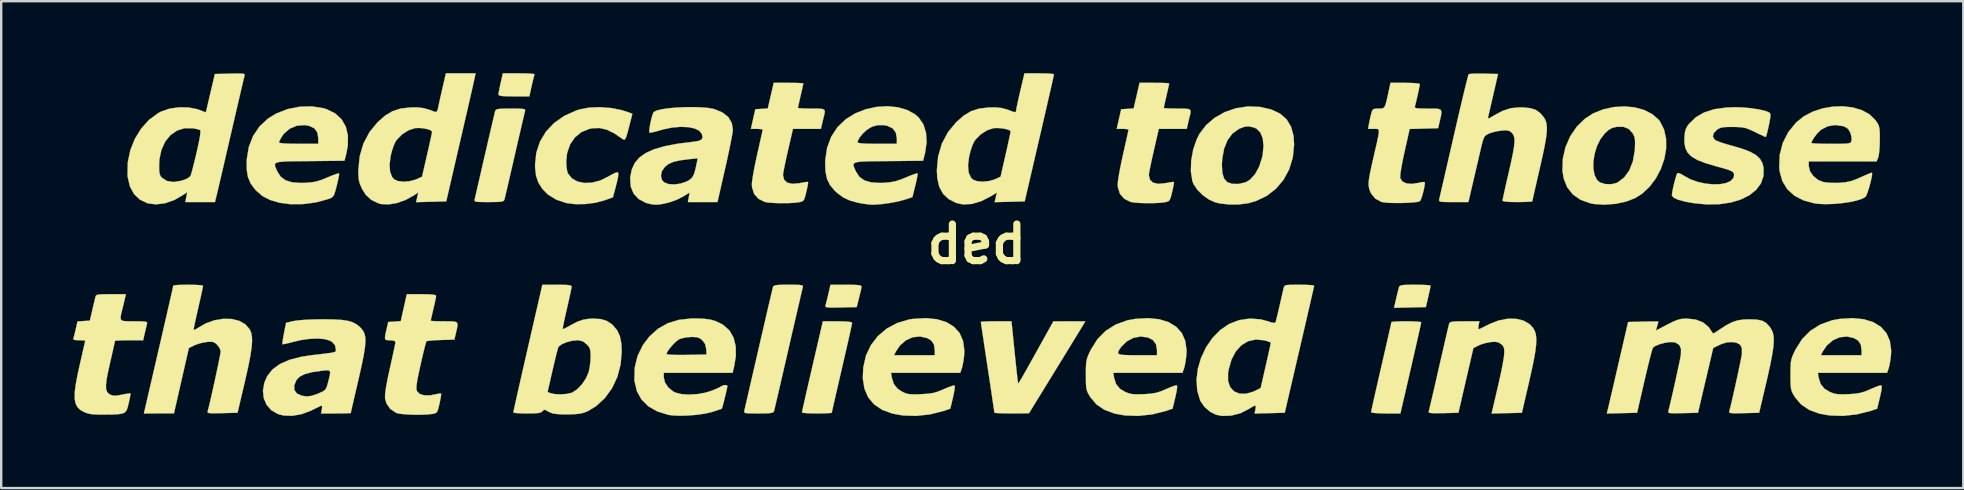
<source format=kicad_pcb>
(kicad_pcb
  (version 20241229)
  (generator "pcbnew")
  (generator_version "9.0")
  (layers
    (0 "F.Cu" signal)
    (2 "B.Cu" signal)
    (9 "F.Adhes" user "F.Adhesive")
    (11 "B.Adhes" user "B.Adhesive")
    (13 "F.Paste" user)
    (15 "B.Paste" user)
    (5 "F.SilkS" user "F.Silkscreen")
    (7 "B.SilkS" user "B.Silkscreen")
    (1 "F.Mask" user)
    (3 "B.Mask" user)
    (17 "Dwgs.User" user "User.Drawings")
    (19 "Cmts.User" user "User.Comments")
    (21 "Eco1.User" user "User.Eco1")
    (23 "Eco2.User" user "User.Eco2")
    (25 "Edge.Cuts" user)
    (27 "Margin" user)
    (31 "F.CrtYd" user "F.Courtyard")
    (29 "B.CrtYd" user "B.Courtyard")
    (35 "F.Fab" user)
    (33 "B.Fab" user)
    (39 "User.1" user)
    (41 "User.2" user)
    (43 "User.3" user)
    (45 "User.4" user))
  (footprint "ded"
    (layer "F.Cu")
    (at 37.639 7.117)
    (property "Reference" "ded" (at 0 0 0) (layer "F.SilkS") (effects (font (size 1.524 1.524) (thickness 0.3))))
    (attr through_hole)
    (fp_poly (pts (xy -18.811 -7.109) (xy -18.603 -7.1) (xy -18.465 -7.086) (xy -18.419 -7.07) (xy -18.419 -7.07) (xy -18.443 -6.998) (xy -18.482 -6.845) (xy -18.53 -6.642) (xy -18.541 -6.59) (xy -18.638 -6.152) (xy -19.281 -6.152) (xy -19.57 -6.155) (xy -19.762 -6.165) (xy -19.873 -6.183) (xy -19.92 -6.213) (xy -19.925 -6.23) (xy -19.913 -6.321) (xy -19.882 -6.487) (xy -19.838 -6.694) (xy -19.834 -6.71) (xy -19.743 -7.112) (xy -19.069 -7.112) (xy -18.811 -7.109)) (stroke (width 0.01) (type solid)) (fill yes) (layer "F.SilkS"))
    (fp_poly (pts (xy 18.518 1.697) (xy 18.725 1.706) (xy 18.862 1.72) (xy 18.907 1.736) (xy 18.893 1.807) (xy 18.861 1.959) (xy 18.815 2.16) (xy 18.806 2.201) (xy 18.707 2.625) (xy 18.045 2.641) (xy 17.382 2.656) (xy 17.417 2.499) (xy 17.471 2.266) (xy 17.526 2.039) (xy 17.571 1.858) (xy 17.59 1.792) (xy 17.614 1.749) (xy 17.672 1.721) (xy 17.783 1.704) (xy 17.966 1.696) (xy 18.241 1.693) (xy 18.264 1.693) (xy 18.518 1.697)) (stroke (width 0.01) (type solid)) (fill yes) (layer "F.SilkS"))
    (fp_poly (pts (xy -5.147 1.697) (xy -4.949 1.708) (xy -4.837 1.729) (xy -4.799 1.76) (xy -4.799 1.764) (xy -4.813 1.851) (xy -4.848 2.013) (xy -4.898 2.216) (xy -4.901 2.23) (xy -5.002 2.625) (xy -5.666 2.641) (xy -5.949 2.646) (xy -6.136 2.645) (xy -6.246 2.635) (xy -6.297 2.614) (xy -6.306 2.579) (xy -6.301 2.556) (xy -6.265 2.419) (xy -6.214 2.212) (xy -6.158 1.977) (xy -6.129 1.849) (xy -6.094 1.693) (xy -5.446 1.693) (xy -5.147 1.697)) (stroke (width 0.01) (type solid)) (fill yes) (layer "F.SilkS"))
    (fp_poly (pts (xy -5.495 3.223) (xy -5.297 3.239) (xy -5.202 3.266) (xy -5.193 3.281) (xy -5.205 3.35) (xy -5.24 3.515) (xy -5.295 3.763) (xy -5.366 4.081) (xy -5.452 4.455) (xy -5.548 4.873) (xy -5.616 5.17) (xy -5.717 5.607) (xy -5.81 6.009) (xy -5.891 6.361) (xy -5.957 6.652) (xy -6.006 6.868) (xy -6.034 6.996) (xy -6.04 7.026) (xy -6.092 7.038) (xy -6.235 7.047) (xy -6.445 7.054) (xy -6.66 7.056) (xy -6.91 7.052) (xy -7.112 7.042) (xy -7.243 7.028) (xy -7.282 7.013) (xy -7.269 6.95) (xy -7.235 6.79) (xy -7.18 6.546) (xy -7.109 6.231) (xy -7.023 5.858) (xy -6.927 5.44) (xy -6.847 5.094) (xy -6.412 3.217) (xy -5.803 3.217) (xy -5.495 3.223)) (stroke (width 0.01) (type solid)) (fill yes) (layer "F.SilkS"))
    (fp_poly (pts (xy 18.142 3.221) (xy 18.344 3.231) (xy 18.475 3.245) (xy 18.514 3.26) (xy 18.502 3.323) (xy 18.467 3.483) (xy 18.412 3.727) (xy 18.341 4.042) (xy 18.256 4.415) (xy 18.16 4.834) (xy 18.081 5.179) (xy 17.647 7.056) (xy 17.036 7.056) (xy 16.789 7.051) (xy 16.59 7.039) (xy 16.461 7.021) (xy 16.425 7.004) (xy 16.438 6.938) (xy 16.472 6.776) (xy 16.527 6.53) (xy 16.598 6.214) (xy 16.683 5.841) (xy 16.778 5.424) (xy 16.849 5.118) (xy 16.95 4.679) (xy 17.042 4.276) (xy 17.123 3.922) (xy 17.189 3.63) (xy 17.238 3.412) (xy 17.266 3.282) (xy 17.272 3.25) (xy 17.325 3.237) (xy 17.467 3.226) (xy 17.677 3.219) (xy 17.893 3.217) (xy 18.142 3.221)) (stroke (width 0.01) (type solid)) (fill yes) (layer "F.SilkS"))
    (fp_poly (pts (xy -19.138 -5.643) (xy -18.961 -5.636) (xy -18.86 -5.622) (xy -18.817 -5.596) (xy -18.814 -5.556) (xy -18.817 -5.546) (xy -18.836 -5.468) (xy -18.877 -5.294) (xy -18.937 -5.039) (xy -19.012 -4.715) (xy -19.1 -4.338) (xy -19.196 -3.921) (xy -19.247 -3.697) (xy -19.346 -3.265) (xy -19.439 -2.866) (xy -19.52 -2.513) (xy -19.588 -2.221) (xy -19.64 -2.004) (xy -19.671 -1.875) (xy -19.678 -1.849) (xy -19.703 -1.805) (xy -19.763 -1.776) (xy -19.877 -1.759) (xy -20.064 -1.752) (xy -20.325 -1.75) (xy -20.595 -1.751) (xy -20.771 -1.756) (xy -20.872 -1.769) (xy -20.915 -1.795) (xy -20.921 -1.837) (xy -20.913 -1.877) (xy -20.893 -1.962) (xy -20.851 -2.143) (xy -20.791 -2.404) (xy -20.715 -2.732) (xy -20.628 -3.113) (xy -20.532 -3.531) (xy -20.487 -3.725) (xy -20.388 -4.154) (xy -20.296 -4.549) (xy -20.215 -4.898) (xy -20.147 -5.186) (xy -20.097 -5.399) (xy -20.067 -5.523) (xy -20.061 -5.546) (xy -20.034 -5.589) (xy -19.974 -5.618) (xy -19.86 -5.635) (xy -19.672 -5.643) (xy -19.409 -5.644) (xy -19.138 -5.643)) (stroke (width 0.01) (type solid)) (fill yes) (layer "F.SilkS"))
    (fp_poly (pts (xy 1.576 4.501) (xy 1.614 4.869) (xy 1.649 5.197) (xy 1.679 5.47) (xy 1.703 5.671) (xy 1.718 5.784) (xy 1.722 5.804) (xy 1.734 5.798) (xy 1.76 5.763) (xy 1.806 5.689) (xy 1.878 5.568) (xy 1.979 5.391) (xy 2.116 5.148) (xy 2.294 4.83) (xy 2.517 4.43) (xy 2.712 4.079) (xy 3.189 3.22) (xy 3.856 3.219) (xy 4.522 3.217) (xy 4.392 3.435) (xy 4.332 3.533) (xy 4.221 3.715) (xy 4.066 3.968) (xy 3.876 4.279) (xy 3.658 4.635) (xy 3.419 5.023) (xy 3.217 5.352) (xy 2.173 7.052) (xy 1.453 7.054) (xy 1.183 7.052) (xy 0.959 7.046) (xy 0.803 7.037) (xy 0.735 7.026) (xy 0.734 7.024) (xy 0.726 6.963) (xy 0.702 6.803) (xy 0.666 6.558) (xy 0.619 6.241) (xy 0.563 5.866) (xy 0.499 5.445) (xy 0.452 5.131) (xy 0.384 4.686) (xy 0.323 4.278) (xy 0.269 3.92) (xy 0.225 3.624) (xy 0.192 3.405) (xy 0.173 3.274) (xy 0.169 3.243) (xy 0.222 3.233) (xy 0.365 3.225) (xy 0.576 3.219) (xy 0.808 3.217) (xy 1.446 3.217) (xy 1.576 4.501)) (stroke (width 0.01) (type solid)) (fill yes) (layer "F.SilkS"))
    (fp_poly (pts (xy -7.567 1.695) (xy -7.389 1.701) (xy -7.289 1.716) (xy -7.246 1.742) (xy -7.243 1.782) (xy -7.246 1.792) (xy -7.264 1.866) (xy -7.305 2.039) (xy -7.365 2.298) (xy -7.443 2.633) (xy -7.535 3.032) (xy -7.64 3.483) (xy -7.753 3.974) (xy -7.845 4.374) (xy -7.964 4.89) (xy -8.075 5.373) (xy -8.177 5.813) (xy -8.266 6.198) (xy -8.341 6.517) (xy -8.397 6.758) (xy -8.433 6.909) (xy -8.445 6.957) (xy -8.471 7.001) (xy -8.531 7.029) (xy -8.644 7.046) (xy -8.832 7.054) (xy -9.092 7.056) (xy -9.363 7.055) (xy -9.539 7.05) (xy -9.639 7.036) (xy -9.683 7.011) (xy -9.689 6.969) (xy -9.68 6.929) (xy -9.662 6.848) (xy -9.62 6.67) (xy -9.559 6.405) (xy -9.481 6.066) (xy -9.388 5.663) (xy -9.284 5.21) (xy -9.17 4.717) (xy -9.085 4.346) (xy -8.967 3.834) (xy -8.856 3.354) (xy -8.755 2.917) (xy -8.666 2.535) (xy -8.592 2.22) (xy -8.536 1.983) (xy -8.501 1.836) (xy -8.489 1.792) (xy -8.463 1.748) (xy -8.403 1.72) (xy -8.289 1.703) (xy -8.101 1.695) (xy -7.838 1.693) (xy -7.567 1.695)) (stroke (width 0.01) (type solid)) (fill yes) (layer "F.SilkS"))
    (fp_poly (pts (xy -15.233 -5.667) (xy -14.785 -5.579) (xy -14.497 -5.485) (xy -14.347 -5.425) (xy -14.478 -4.909) (xy -14.548 -4.643) (xy -14.601 -4.47) (xy -14.644 -4.377) (xy -14.686 -4.346) (xy -14.735 -4.363) (xy -14.753 -4.376) (xy -15.106 -4.616) (xy -15.419 -4.767) (xy -15.714 -4.834) (xy -16.01 -4.824) (xy -16.14 -4.798) (xy -16.469 -4.665) (xy -16.74 -4.443) (xy -16.942 -4.148) (xy -17.065 -3.792) (xy -17.101 -3.443) (xy -17.091 -3.229) (xy -17.063 -3.042) (xy -17.031 -2.941) (xy -16.867 -2.738) (xy -16.633 -2.605) (xy -16.345 -2.545) (xy -16.024 -2.559) (xy -15.686 -2.648) (xy -15.381 -2.796) (xy -15.205 -2.896) (xy -15.059 -2.967) (xy -14.981 -2.992) (xy -14.942 -2.974) (xy -14.929 -2.912) (xy -14.944 -2.79) (xy -14.987 -2.592) (xy -15.062 -2.302) (xy -15.066 -2.286) (xy -15.157 -1.948) (xy -15.523 -1.817) (xy -15.896 -1.719) (xy -16.314 -1.667) (xy -16.731 -1.662) (xy -17.099 -1.709) (xy -17.103 -1.71) (xy -17.521 -1.852) (xy -17.869 -2.066) (xy -18.1 -2.302) (xy -18.263 -2.562) (xy -18.359 -2.842) (xy -18.398 -3.178) (xy -18.401 -3.306) (xy -18.348 -3.809) (xy -18.194 -4.272) (xy -17.944 -4.687) (xy -17.605 -5.046) (xy -17.183 -5.341) (xy -16.684 -5.564) (xy -16.542 -5.61) (xy -16.151 -5.685) (xy -15.701 -5.703) (xy -15.233 -5.667)) (stroke (width 0.01) (type solid)) (fill yes) (layer "F.SilkS"))
    (fp_poly (pts (xy 11.795 -5.714) (xy 11.808 -5.712) (xy 12.264 -5.608) (xy 12.628 -5.438) (xy 12.903 -5.201) (xy 13.091 -4.893) (xy 13.195 -4.511) (xy 13.219 -4.144) (xy 13.165 -3.607) (xy 13.015 -3.114) (xy 12.778 -2.676) (xy 12.461 -2.303) (xy 12.072 -2.003) (xy 11.618 -1.788) (xy 11.3 -1.699) (xy 10.916 -1.65) (xy 10.504 -1.649) (xy 10.115 -1.694) (xy 9.936 -1.737) (xy 9.671 -1.855) (xy 9.412 -2.038) (xy 9.189 -2.261) (xy 9.031 -2.497) (xy 8.98 -2.625) (xy 8.918 -3.031) (xy 8.926 -3.284) (xy 10.21 -3.284) (xy 10.231 -2.958) (xy 10.303 -2.727) (xy 10.435 -2.58) (xy 10.636 -2.51) (xy 10.906 -2.504) (xy 11.2 -2.574) (xy 11.372 -2.676) (xy 11.585 -2.902) (xy 11.759 -3.216) (xy 11.883 -3.596) (xy 11.91 -3.725) (xy 11.945 -4.092) (xy 11.912 -4.403) (xy 11.813 -4.645) (xy 11.653 -4.806) (xy 11.564 -4.848) (xy 11.356 -4.902) (xy 11.173 -4.893) (xy 10.965 -4.818) (xy 10.918 -4.796) (xy 10.653 -4.606) (xy 10.446 -4.327) (xy 10.301 -3.969) (xy 10.223 -3.542) (xy 10.21 -3.284) (xy 8.926 -3.284) (xy 8.932 -3.481) (xy 9.015 -3.939) (xy 9.164 -4.37) (xy 9.277 -4.592) (xy 9.555 -4.958) (xy 9.914 -5.264) (xy 10.336 -5.5) (xy 10.803 -5.66) (xy 11.295 -5.734) (xy 11.795 -5.714)) (stroke (width 0.01) (type solid)) (fill yes) (layer "F.SilkS"))
    (fp_poly (pts (xy 27.411 -5.693) (xy 27.802 -5.585) (xy 28.138 -5.414) (xy 28.402 -5.183) (xy 28.46 -5.108) (xy 28.63 -4.771) (xy 28.714 -4.387) (xy 28.716 -3.974) (xy 28.642 -3.55) (xy 28.498 -3.132) (xy 28.29 -2.738) (xy 28.024 -2.385) (xy 27.705 -2.091) (xy 27.423 -1.914) (xy 27.046 -1.769) (xy 26.609 -1.676) (xy 26.153 -1.641) (xy 25.722 -1.667) (xy 25.553 -1.699) (xy 25.153 -1.843) (xy 24.833 -2.065) (xy 24.597 -2.361) (xy 24.449 -2.727) (xy 24.397 -3.049) (xy 24.4 -3.14) (xy 25.686 -3.14) (xy 25.735 -2.878) (xy 25.835 -2.675) (xy 25.956 -2.569) (xy 26.178 -2.5) (xy 26.435 -2.494) (xy 26.665 -2.552) (xy 26.687 -2.563) (xy 26.964 -2.77) (xy 27.18 -3.066) (xy 27.329 -3.44) (xy 27.408 -3.884) (xy 27.414 -3.975) (xy 27.423 -4.217) (xy 27.414 -4.382) (xy 27.383 -4.503) (xy 27.323 -4.615) (xy 27.323 -4.616) (xy 27.156 -4.797) (xy 26.938 -4.884) (xy 26.657 -4.883) (xy 26.642 -4.881) (xy 26.462 -4.836) (xy 26.308 -4.744) (xy 26.151 -4.597) (xy 25.97 -4.357) (xy 25.832 -4.071) (xy 25.737 -3.758) (xy 25.687 -3.441) (xy 25.686 -3.14) (xy 24.4 -3.14) (xy 24.412 -3.551) (xy 24.523 -4.037) (xy 24.721 -4.49) (xy 24.995 -4.893) (xy 25.338 -5.226) (xy 25.682 -5.447) (xy 26.102 -5.614) (xy 26.542 -5.709) (xy 26.985 -5.735) (xy 27.411 -5.693)) (stroke (width 0.01) (type solid)) (fill yes) (layer "F.SilkS"))
    (fp_poly (pts (xy -1.652 3.132) (xy -1.261 3.254) (xy -0.947 3.446) (xy -0.716 3.706) (xy -0.572 4.031) (xy -0.518 4.419) (xy -0.525 4.623) (xy -0.553 4.85) (xy -0.591 5.058) (xy -0.623 5.179) (xy -0.688 5.362) (xy -3.571 5.362) (xy -3.538 5.566) (xy -3.455 5.829) (xy -3.295 6.028) (xy -3.094 6.158) (xy -2.966 6.215) (xy -2.837 6.248) (xy -2.675 6.261) (xy -2.446 6.258) (xy -2.318 6.253) (xy -2.033 6.234) (xy -1.814 6.202) (xy -1.618 6.146) (xy -1.4 6.056) (xy -1.367 6.041) (xy -1.172 5.958) (xy -1.016 5.904) (xy -0.928 5.888) (xy -0.92 5.891) (xy -0.915 5.96) (xy -0.934 6.11) (xy -0.974 6.313) (xy -0.992 6.393) (xy -1.103 6.858) (xy -1.393 6.955) (xy -1.948 7.095) (xy -2.521 7.157) (xy -3.078 7.14) (xy -3.515 7.062) (xy -3.941 6.905) (xy -4.277 6.679) (xy -4.524 6.384) (xy -4.681 6.022) (xy -4.748 5.592) (xy -4.729 5.142) (xy -4.618 4.652) (xy -4.608 4.628) (xy -3.446 4.628) (xy -1.75 4.628) (xy -1.75 4.427) (xy -1.783 4.188) (xy -1.89 4.023) (xy -2.063 3.918) (xy -2.366 3.849) (xy -2.669 3.882) (xy -2.953 4.01) (xy -3.199 4.224) (xy -3.362 4.465) (xy -3.446 4.628) (xy -4.608 4.628) (xy -4.412 4.212) (xy -4.119 3.831) (xy -3.751 3.52) (xy -3.316 3.287) (xy -2.825 3.142) (xy -2.653 3.115) (xy -2.118 3.085) (xy -1.652 3.132)) (stroke (width 0.01) (type solid)) (fill yes) (layer "F.SilkS"))
    (fp_poly (pts (xy 22.468 3.112) (xy 22.781 3.189) (xy 23.035 3.338) (xy 23.172 3.49) (xy 23.243 3.617) (xy 23.289 3.765) (xy 23.309 3.946) (xy 23.303 4.172) (xy 23.27 4.457) (xy 23.208 4.814) (xy 23.116 5.254) (xy 23.009 5.729) (xy 22.709 7.027) (xy 21.446 7.059) (xy 21.476 6.93) (xy 21.617 6.33) (xy 21.733 5.829) (xy 21.824 5.418) (xy 21.893 5.087) (xy 21.94 4.826) (xy 21.967 4.624) (xy 21.976 4.473) (xy 21.967 4.362) (xy 21.941 4.281) (xy 21.901 4.219) (xy 21.848 4.169) (xy 21.844 4.166) (xy 21.731 4.096) (xy 21.596 4.071) (xy 21.413 4.081) (xy 21.191 4.123) (xy 20.974 4.192) (xy 20.905 4.223) (xy 20.687 4.335) (xy 20.375 5.681) (xy 20.064 7.027) (xy 19.431 7.043) (xy 19.147 7.048) (xy 18.961 7.043) (xy 18.857 7.028) (xy 18.822 7.001) (xy 18.823 6.987) (xy 18.842 6.916) (xy 18.882 6.748) (xy 18.941 6.499) (xy 19.015 6.18) (xy 19.101 5.807) (xy 19.196 5.392) (xy 19.248 5.165) (xy 19.347 4.733) (xy 19.439 4.333) (xy 19.52 3.981) (xy 19.588 3.689) (xy 19.639 3.471) (xy 19.67 3.343) (xy 19.677 3.316) (xy 19.703 3.272) (xy 19.763 3.243) (xy 19.877 3.227) (xy 20.066 3.219) (xy 20.322 3.217) (xy 20.938 3.217) (xy 20.903 3.394) (xy 20.892 3.508) (xy 20.914 3.551) (xy 20.918 3.549) (xy 20.99 3.515) (xy 21.134 3.444) (xy 21.322 3.351) (xy 21.36 3.331) (xy 21.74 3.182) (xy 22.115 3.109) (xy 22.468 3.112)) (stroke (width 0.01) (type solid)) (fill yes) (layer "F.SilkS"))
    (fp_poly (pts (xy 36.959 3.133) (xy 37.35 3.255) (xy 37.662 3.448) (xy 37.893 3.709) (xy 38.037 4.035) (xy 38.09 4.422) (xy 38.083 4.623) (xy 38.055 4.85) (xy 38.017 5.058) (xy 37.985 5.179) (xy 37.92 5.362) (xy 35.037 5.362) (xy 35.07 5.566) (xy 35.154 5.831) (xy 35.315 6.028) (xy 35.545 6.164) (xy 35.695 6.221) (xy 35.849 6.252) (xy 36.043 6.261) (xy 36.311 6.253) (xy 36.316 6.253) (xy 36.604 6.232) (xy 36.827 6.194) (xy 37.034 6.129) (xy 37.223 6.047) (xy 37.419 5.963) (xy 37.578 5.904) (xy 37.67 5.882) (xy 37.677 5.882) (xy 37.699 5.942) (xy 37.682 6.103) (xy 37.626 6.366) (xy 37.623 6.378) (xy 37.507 6.858) (xy 37.216 6.955) (xy 36.658 7.095) (xy 36.084 7.157) (xy 35.527 7.14) (xy 35.093 7.062) (xy 34.675 6.908) (xy 34.341 6.683) (xy 34.084 6.382) (xy 34.066 6.352) (xy 33.991 6.225) (xy 33.942 6.114) (xy 33.913 5.99) (xy 33.899 5.824) (xy 33.895 5.588) (xy 33.895 5.448) (xy 33.897 5.17) (xy 33.906 4.97) (xy 33.93 4.816) (xy 33.975 4.674) (xy 33.996 4.628) (xy 35.162 4.628) (xy 36.858 4.628) (xy 36.858 4.427) (xy 36.825 4.188) (xy 36.718 4.023) (xy 36.545 3.918) (xy 36.246 3.85) (xy 35.943 3.884) (xy 35.659 4.011) (xy 35.412 4.223) (xy 35.244 4.47) (xy 35.162 4.628) (xy 33.996 4.628) (xy 34.049 4.509) (xy 34.108 4.389) (xy 34.38 3.958) (xy 34.727 3.609) (xy 35.145 3.348) (xy 35.629 3.175) (xy 35.963 3.115) (xy 36.495 3.085) (xy 36.959 3.133)) (stroke (width 0.01) (type solid)) (fill yes) (layer "F.SilkS"))
    (fp_poly (pts (xy -20.915 -6.929) (xy -20.935 -6.836) (xy -20.978 -6.647) (xy -21.04 -6.371) (xy -21.12 -6.021) (xy -21.214 -5.61) (xy -21.321 -5.149) (xy -21.436 -4.65) (xy -21.526 -4.262) (xy -22.1 -1.778) (xy -22.729 -1.762) (xy -23.357 -1.746) (xy -23.311 -1.948) (xy -23.266 -2.149) (xy -23.444 -2.03) (xy -23.79 -1.839) (xy -24.152 -1.71) (xy -24.502 -1.651) (xy -24.813 -1.666) (xy -24.905 -1.69) (xy -25.219 -1.837) (xy -25.458 -2.058) (xy -25.609 -2.303) (xy -25.693 -2.493) (xy -25.741 -2.664) (xy -25.76 -2.862) (xy -25.762 -3.076) (xy -25.739 -3.312) (xy -24.461 -3.312) (xy -24.44 -3.014) (xy -24.352 -2.789) (xy -24.268 -2.695) (xy -24.107 -2.625) (xy -23.881 -2.599) (xy -23.628 -2.618) (xy -23.387 -2.682) (xy -23.337 -2.703) (xy -23.109 -2.806) (xy -22.9 -3.713) (xy -22.83 -4.02) (xy -22.77 -4.29) (xy -22.724 -4.503) (xy -22.696 -4.64) (xy -22.691 -4.678) (xy -22.742 -4.735) (xy -22.873 -4.785) (xy -23.051 -4.821) (xy -23.244 -4.837) (xy -23.402 -4.828) (xy -23.672 -4.74) (xy -23.936 -4.572) (xy -24.154 -4.351) (xy -24.209 -4.271) (xy -24.284 -4.111) (xy -24.36 -3.89) (xy -24.415 -3.674) (xy -24.461 -3.312) (xy -25.739 -3.312) (xy -25.706 -3.656) (xy -25.55 -4.188) (xy -25.296 -4.668) (xy -24.956 -5.079) (xy -24.646 -5.352) (xy -24.342 -5.534) (xy -24.012 -5.642) (xy -23.622 -5.689) (xy -23.609 -5.69) (xy -23.311 -5.694) (xy -23.062 -5.666) (xy -22.812 -5.598) (xy -22.571 -5.506) (xy -22.502 -5.507) (xy -22.458 -5.593) (xy -22.444 -5.655) (xy -22.417 -5.786) (xy -22.371 -5.995) (xy -22.313 -6.253) (xy -22.262 -6.477) (xy -22.115 -7.112) (xy -20.879 -7.112) (xy -20.915 -6.929)) (stroke (width 0.01) (type solid)) (fill yes) (layer "F.SilkS"))
    (fp_poly (pts (xy 7.608 3.133) (xy 7.998 3.255) (xy 8.311 3.448) (xy 8.542 3.709) (xy 8.686 4.035) (xy 8.739 4.422) (xy 8.731 4.623) (xy 8.704 4.85) (xy 8.666 5.058) (xy 8.634 5.179) (xy 8.569 5.362) (xy 5.686 5.362) (xy 5.719 5.566) (xy 5.803 5.831) (xy 5.964 6.028) (xy 6.194 6.164) (xy 6.344 6.221) (xy 6.498 6.252) (xy 6.691 6.261) (xy 6.96 6.253) (xy 6.965 6.253) (xy 7.253 6.232) (xy 7.476 6.194) (xy 7.683 6.129) (xy 7.872 6.047) (xy 8.068 5.963) (xy 8.227 5.904) (xy 8.319 5.882) (xy 8.326 5.882) (xy 8.348 5.942) (xy 8.331 6.103) (xy 8.275 6.366) (xy 8.272 6.378) (xy 8.156 6.858) (xy 7.865 6.955) (xy 7.307 7.095) (xy 6.733 7.157) (xy 6.176 7.14) (xy 5.742 7.062) (xy 5.324 6.908) (xy 4.99 6.683) (xy 4.733 6.382) (xy 4.714 6.352) (xy 4.64 6.225) (xy 4.591 6.114) (xy 4.562 5.99) (xy 4.548 5.824) (xy 4.544 5.588) (xy 4.544 5.448) (xy 4.545 5.17) (xy 4.555 4.97) (xy 4.579 4.816) (xy 4.624 4.674) (xy 4.695 4.515) (xy 5.882 4.515) (xy 5.9 4.571) (xy 5.984 4.604) (xy 6.146 4.621) (xy 6.398 4.628) (xy 6.689 4.628) (xy 7.507 4.628) (xy 7.507 4.415) (xy 7.465 4.171) (xy 7.335 3.997) (xy 7.134 3.893) (xy 6.833 3.85) (xy 6.53 3.906) (xy 6.25 4.053) (xy 6.018 4.28) (xy 5.992 4.316) (xy 5.916 4.432) (xy 5.882 4.515) (xy 4.695 4.515) (xy 4.698 4.509) (xy 4.757 4.389) (xy 5.029 3.958) (xy 5.376 3.609) (xy 5.794 3.348) (xy 6.278 3.175) (xy 6.612 3.115) (xy 7.144 3.085) (xy 7.608 3.133)) (stroke (width 0.01) (type solid)) (fill yes) (layer "F.SilkS"))
    (fp_poly (pts (xy -32.64 1.697) (xy -32.44 1.705) (xy -32.295 1.718) (xy -32.231 1.736) (xy -32.23 1.739) (xy -32.242 1.807) (xy -32.275 1.965) (xy -32.325 2.193) (xy -32.388 2.472) (xy -32.427 2.645) (xy -32.495 2.944) (xy -32.553 3.206) (xy -32.596 3.409) (xy -32.621 3.534) (xy -32.625 3.563) (xy -32.585 3.571) (xy -32.487 3.52) (xy -32.448 3.494) (xy -32.107 3.298) (xy -31.747 3.171) (xy -31.384 3.112) (xy -31.038 3.121) (xy -30.728 3.197) (xy -30.472 3.34) (xy -30.288 3.549) (xy -30.287 3.552) (xy -30.228 3.687) (xy -30.195 3.851) (xy -30.188 4.059) (xy -30.209 4.321) (xy -30.259 4.651) (xy -30.338 5.06) (xy -30.449 5.56) (xy -30.494 5.757) (xy -30.793 7.027) (xy -31.431 7.043) (xy -31.706 7.049) (xy -31.887 7.048) (xy -31.991 7.038) (xy -32.037 7.015) (xy -32.042 6.978) (xy -32.036 6.955) (xy -32.004 6.835) (xy -31.954 6.632) (xy -31.893 6.368) (xy -31.824 6.062) (xy -31.752 5.735) (xy -31.681 5.407) (xy -31.616 5.099) (xy -31.561 4.831) (xy -31.52 4.623) (xy -31.499 4.496) (xy -31.496 4.471) (xy -31.535 4.344) (xy -31.629 4.209) (xy -31.642 4.195) (xy -31.742 4.11) (xy -31.844 4.072) (xy -31.992 4.071) (xy -32.086 4.08) (xy -32.31 4.121) (xy -32.528 4.189) (xy -32.604 4.223) (xy -32.822 4.335) (xy -33.133 5.695) (xy -33.443 7.055) (xy -34.069 7.055) (xy -34.695 7.056) (xy -34.084 4.417) (xy -33.962 3.888) (xy -33.848 3.393) (xy -33.744 2.942) (xy -33.654 2.547) (xy -33.579 2.218) (xy -33.522 1.966) (xy -33.486 1.802) (xy -33.473 1.736) (xy -33.473 1.736) (xy -33.42 1.717) (xy -33.283 1.704) (xy -33.089 1.697) (xy -32.865 1.694) (xy -32.64 1.697)) (stroke (width 0.01) (type solid)) (fill yes) (layer "F.SilkS"))
    (fp_poly (pts (xy -7.593 -6.715) (xy -7.392 -6.709) (xy -7.263 -6.7) (xy -7.225 -6.691) (xy -7.237 -6.628) (xy -7.269 -6.481) (xy -7.315 -6.278) (xy -7.338 -6.181) (xy -7.388 -5.961) (xy -7.427 -5.788) (xy -7.448 -5.686) (xy -7.451 -5.67) (xy -7.398 -5.66) (xy -7.257 -5.651) (xy -7.05 -5.646) (xy -6.886 -5.644) (xy -6.621 -5.643) (xy -6.451 -5.632) (xy -6.359 -5.599) (xy -6.329 -5.534) (xy -6.343 -5.425) (xy -6.373 -5.306) (xy -6.419 -5.121) (xy -6.458 -4.954) (xy -6.458 -4.953) (xy -6.493 -4.798) (xy -7.657 -4.798) (xy -7.864 -3.899) (xy -7.935 -3.587) (xy -7.995 -3.307) (xy -8.04 -3.08) (xy -8.067 -2.927) (xy -8.072 -2.879) (xy -8.028 -2.684) (xy -7.899 -2.56) (xy -7.687 -2.51) (xy -7.393 -2.534) (xy -7.332 -2.547) (xy -7.167 -2.577) (xy -7.055 -2.59) (xy -7.027 -2.587) (xy -7.029 -2.526) (xy -7.054 -2.385) (xy -7.096 -2.193) (xy -7.101 -2.173) (xy -7.153 -1.969) (xy -7.197 -1.849) (xy -7.254 -1.786) (xy -7.342 -1.755) (xy -7.422 -1.74) (xy -7.621 -1.717) (xy -7.879 -1.705) (xy -8.163 -1.703) (xy -8.439 -1.711) (xy -8.671 -1.728) (xy -8.827 -1.754) (xy -8.834 -1.756) (xy -9.097 -1.887) (xy -9.275 -2.09) (xy -9.361 -2.359) (xy -9.37 -2.491) (xy -9.357 -2.633) (xy -9.322 -2.861) (xy -9.27 -3.15) (xy -9.203 -3.477) (xy -9.144 -3.747) (xy -9.072 -4.066) (xy -9.009 -4.346) (xy -8.96 -4.568) (xy -8.928 -4.715) (xy -8.918 -4.768) (xy -8.969 -4.786) (xy -9.096 -4.797) (xy -9.164 -4.798) (xy -9.41 -4.798) (xy -9.318 -5.207) (xy -9.225 -5.616) (xy -8.965 -5.633) (xy -8.705 -5.65) (xy -8.582 -6.184) (xy -8.459 -6.717) (xy -7.842 -6.717) (xy -7.593 -6.715)) (stroke (width 0.01) (type solid)) (fill yes) (layer "F.SilkS"))
    (fp_poly (pts (xy 2.85 -7.108) (xy 3.05 -7.099) (xy 3.179 -7.084) (xy 3.216 -7.07) (xy 3.204 -7.008) (xy 3.168 -6.847) (xy 3.112 -6.598) (xy 3.037 -6.271) (xy 2.947 -5.878) (xy 2.844 -5.43) (xy 2.73 -4.937) (xy 2.608 -4.41) (xy 2.606 -4.403) (xy 1.997 -1.778) (xy 1.371 -1.762) (xy 0.745 -1.746) (xy 0.835 -2.144) (xy 0.601 -1.999) (xy 0.191 -1.789) (xy -0.202 -1.671) (xy -0.565 -1.649) (xy -0.851 -1.711) (xy -1.171 -1.873) (xy -1.406 -2.095) (xy -1.563 -2.384) (xy -1.646 -2.75) (xy -1.663 -3.076) (xy -1.644 -3.279) (xy -0.364 -3.279) (xy -0.34 -2.985) (xy -0.245 -2.77) (xy -0.155 -2.683) (xy 0.011 -2.62) (xy 0.241 -2.6) (xy 0.494 -2.623) (xy 0.729 -2.687) (xy 0.764 -2.702) (xy 0.992 -2.806) (xy 1.202 -3.731) (xy 1.272 -4.04) (xy 1.331 -4.31) (xy 1.377 -4.522) (xy 1.405 -4.657) (xy 1.412 -4.697) (xy 1.36 -4.744) (xy 1.23 -4.787) (xy 1.054 -4.82) (xy 0.867 -4.835) (xy 0.703 -4.829) (xy 0.7 -4.828) (xy 0.43 -4.74) (xy 0.165 -4.571) (xy -0.053 -4.349) (xy -0.108 -4.269) (xy -0.182 -4.111) (xy -0.257 -3.89) (xy -0.317 -3.652) (xy -0.318 -3.65) (xy -0.364 -3.279) (xy -1.644 -3.279) (xy -1.61 -3.65) (xy -1.456 -4.179) (xy -1.202 -4.659) (xy -0.855 -5.079) (xy -0.544 -5.352) (xy -0.241 -5.534) (xy 0.089 -5.641) (xy 0.478 -5.689) (xy 0.493 -5.69) (xy 0.783 -5.694) (xy 1.025 -5.669) (xy 1.268 -5.605) (xy 1.538 -5.503) (xy 1.62 -5.498) (xy 1.637 -5.549) (xy 1.649 -5.633) (xy 1.684 -5.804) (xy 1.734 -6.039) (xy 1.797 -6.313) (xy 1.811 -6.373) (xy 1.986 -7.112) (xy 2.602 -7.112) (xy 2.85 -7.108)) (stroke (width 0.01) (type solid)) (fill yes) (layer "F.SilkS"))
    (fp_poly (pts (xy 7.647 -6.715) (xy 7.848 -6.709) (xy 7.977 -6.7) (xy 8.015 -6.691) (xy 8.003 -6.628) (xy 7.971 -6.481) (xy 7.925 -6.278) (xy 7.902 -6.181) (xy 7.852 -5.961) (xy 7.813 -5.788) (xy 7.792 -5.686) (xy 7.789 -5.67) (xy 7.842 -5.66) (xy 7.983 -5.651) (xy 8.19 -5.646) (xy 8.354 -5.644) (xy 8.619 -5.643) (xy 8.789 -5.632) (xy 8.881 -5.599) (xy 8.911 -5.534) (xy 8.897 -5.425) (xy 8.867 -5.306) (xy 8.821 -5.121) (xy 8.782 -4.954) (xy 8.782 -4.953) (xy 8.747 -4.798) (xy 7.583 -4.798) (xy 7.376 -3.899) (xy 7.305 -3.587) (xy 7.245 -3.307) (xy 7.2 -3.08) (xy 7.173 -2.927) (xy 7.168 -2.879) (xy 7.212 -2.684) (xy 7.341 -2.56) (xy 7.553 -2.51) (xy 7.847 -2.534) (xy 7.908 -2.547) (xy 8.073 -2.577) (xy 8.185 -2.59) (xy 8.213 -2.587) (xy 8.211 -2.526) (xy 8.186 -2.385) (xy 8.144 -2.193) (xy 8.139 -2.173) (xy 8.087 -1.969) (xy 8.043 -1.849) (xy 7.986 -1.786) (xy 7.898 -1.755) (xy 7.818 -1.74) (xy 7.619 -1.717) (xy 7.361 -1.705) (xy 7.077 -1.703) (xy 6.801 -1.711) (xy 6.569 -1.728) (xy 6.413 -1.754) (xy 6.406 -1.756) (xy 6.143 -1.887) (xy 5.965 -2.09) (xy 5.879 -2.359) (xy 5.87 -2.491) (xy 5.883 -2.633) (xy 5.918 -2.861) (xy 5.97 -3.15) (xy 6.037 -3.477) (xy 6.096 -3.747) (xy 6.168 -4.066) (xy 6.231 -4.346) (xy 6.28 -4.568) (xy 6.312 -4.715) (xy 6.322 -4.768) (xy 6.271 -4.786) (xy 6.144 -4.797) (xy 6.076 -4.798) (xy 5.83 -4.798) (xy 5.922 -5.207) (xy 6.015 -5.616) (xy 6.275 -5.633) (xy 6.535 -5.65) (xy 6.658 -6.184) (xy 6.781 -6.717) (xy 7.398 -6.717) (xy 7.647 -6.715)) (stroke (width 0.01) (type solid)) (fill yes) (layer "F.SilkS"))
    (fp_poly (pts (xy -27.225 -5.662) (xy -27.08 -5.618) (xy -26.729 -5.445) (xy -26.463 -5.201) (xy -26.284 -4.891) (xy -26.195 -4.523) (xy -26.2 -4.101) (xy -26.266 -3.754) (xy -26.339 -3.471) (xy -27.788 -3.456) (xy -28.246 -3.452) (xy -28.602 -3.447) (xy -28.867 -3.437) (xy -29.053 -3.42) (xy -29.169 -3.39) (xy -29.227 -3.346) (xy -29.238 -3.283) (xy -29.214 -3.198) (xy -29.164 -3.086) (xy -29.13 -3.014) (xy -28.991 -2.801) (xy -28.788 -2.655) (xy -28.512 -2.572) (xy -28.15 -2.546) (xy -28.009 -2.55) (xy -27.731 -2.569) (xy -27.506 -2.608) (xy -27.282 -2.679) (xy -27.051 -2.775) (xy -26.843 -2.861) (xy -26.678 -2.921) (xy -26.58 -2.946) (xy -26.563 -2.943) (xy -26.566 -2.876) (xy -26.594 -2.726) (xy -26.64 -2.523) (xy -26.662 -2.432) (xy -26.722 -2.203) (xy -26.771 -2.058) (xy -26.824 -1.972) (xy -26.897 -1.921) (xy -27.006 -1.878) (xy -27.009 -1.877) (xy -27.519 -1.738) (xy -28.061 -1.665) (xy -28.594 -1.661) (xy -29.047 -1.721) (xy -29.439 -1.836) (xy -29.753 -1.999) (xy -30.019 -2.227) (xy -30.071 -2.283) (xy -30.248 -2.525) (xy -30.359 -2.784) (xy -30.411 -3.09) (xy -30.413 -3.469) (xy -30.41 -3.527) (xy -30.326 -4.041) (xy -30.251 -4.235) (xy -29.069 -4.235) (xy -29.014 -4.21) (xy -28.853 -4.192) (xy -28.595 -4.181) (xy -28.25 -4.177) (xy -27.432 -4.177) (xy -27.432 -4.421) (xy -27.473 -4.658) (xy -27.599 -4.824) (xy -27.813 -4.924) (xy -27.991 -4.954) (xy -28.318 -4.932) (xy -28.615 -4.81) (xy -28.859 -4.599) (xy -28.922 -4.515) (xy -29.009 -4.371) (xy -29.062 -4.263) (xy -29.069 -4.235) (xy -30.251 -4.235) (xy -30.148 -4.501) (xy -29.878 -4.901) (xy -29.522 -5.231) (xy -29.179 -5.441) (xy -28.707 -5.623) (xy -28.205 -5.723) (xy -27.701 -5.736) (xy -27.225 -5.662)) (stroke (width 0.01) (type solid)) (fill yes) (layer "F.SilkS"))
    (fp_poly (pts (xy -11.4 3.107) (xy -11.109 3.143) (xy -10.865 3.214) (xy -10.635 3.326) (xy -10.548 3.379) (xy -10.301 3.6) (xy -10.131 3.896) (xy -10.042 4.256) (xy -10.036 4.67) (xy -10.103 5.077) (xy -10.171 5.362) (xy -13.039 5.362) (xy -13.039 5.555) (xy -12.988 5.765) (xy -12.853 5.968) (xy -12.658 6.132) (xy -12.549 6.188) (xy -12.306 6.25) (xy -11.995 6.27) (xy -11.653 6.25) (xy -11.317 6.193) (xy -11.079 6.121) (xy -10.883 6.043) (xy -10.727 5.973) (xy -10.645 5.926) (xy -10.643 5.924) (xy -10.559 5.882) (xy -10.458 5.872) (xy -10.392 5.896) (xy -10.388 5.913) (xy -10.402 5.994) (xy -10.435 6.146) (xy -10.48 6.336) (xy -10.529 6.534) (xy -10.574 6.707) (xy -10.607 6.824) (xy -10.619 6.855) (xy -10.679 6.88) (xy -10.819 6.928) (xy -11.009 6.989) (xy -11.035 6.997) (xy -11.314 7.062) (xy -11.657 7.112) (xy -12.025 7.142) (xy -12.383 7.151) (xy -12.693 7.137) (xy -12.854 7.113) (xy -13.311 6.97) (xy -13.682 6.758) (xy -13.965 6.478) (xy -14.157 6.132) (xy -14.256 5.723) (xy -14.263 5.654) (xy -14.25 5.152) (xy -14.131 4.664) (xy -14.091 4.582) (xy -12.926 4.582) (xy -12.873 4.598) (xy -12.726 4.61) (xy -12.507 4.617) (xy -12.233 4.618) (xy -12.093 4.616) (xy -11.261 4.6) (xy -11.268 4.383) (xy -11.316 4.164) (xy -11.424 4.016) (xy -11.53 3.928) (xy -11.647 3.883) (xy -11.818 3.87) (xy -11.897 3.87) (xy -12.146 3.893) (xy -12.358 3.949) (xy -12.405 3.971) (xy -12.527 4.06) (xy -12.666 4.197) (xy -12.796 4.351) (xy -12.892 4.49) (xy -12.926 4.582) (xy -14.091 4.582) (xy -13.912 4.211) (xy -13.641 3.853) (xy -13.281 3.529) (xy -12.876 3.299) (xy -12.416 3.157) (xy -11.888 3.099) (xy -11.769 3.097) (xy -11.4 3.107)) (stroke (width 0.01) (type solid)) (fill yes) (layer "F.SilkS"))
    (fp_poly (pts (xy 13.684 1.697) (xy 13.885 1.707) (xy 14.015 1.721) (xy 14.053 1.736) (xy 14.04 1.798) (xy 14.004 1.958) (xy 13.947 2.208) (xy 13.873 2.534) (xy 13.782 2.927) (xy 13.679 3.375) (xy 13.564 3.868) (xy 13.442 4.395) (xy 13.44 4.403) (xy 12.829 7.027) (xy 12.201 7.043) (xy 11.573 7.059) (xy 11.607 6.888) (xy 11.624 6.771) (xy 11.6 6.728) (xy 11.52 6.755) (xy 11.365 6.851) (xy 11.358 6.856) (xy 10.989 7.045) (xy 10.599 7.147) (xy 10.215 7.158) (xy 9.973 7.111) (xy 9.72 6.987) (xy 9.49 6.788) (xy 9.323 6.553) (xy 9.308 6.521) (xy 9.184 6.107) (xy 9.153 5.66) (xy 9.185 5.393) (xy 10.467 5.393) (xy 10.469 5.709) (xy 10.555 5.958) (xy 10.715 6.134) (xy 10.936 6.229) (xy 11.206 6.236) (xy 11.516 6.149) (xy 11.619 6.1) (xy 11.826 5.995) (xy 12.037 5.071) (xy 12.107 4.763) (xy 12.167 4.494) (xy 12.214 4.284) (xy 12.242 4.15) (xy 12.248 4.112) (xy 12.199 4.079) (xy 12.072 4.035) (xy 11.976 4.01) (xy 11.625 3.976) (xy 11.305 4.046) (xy 11.025 4.213) (xy 10.791 4.47) (xy 10.612 4.81) (xy 10.493 5.226) (xy 10.467 5.393) (xy 9.185 5.393) (xy 9.208 5.198) (xy 9.342 4.74) (xy 9.548 4.304) (xy 9.818 3.91) (xy 10.146 3.576) (xy 10.509 3.329) (xy 10.925 3.169) (xy 11.372 3.103) (xy 11.821 3.135) (xy 12.096 3.208) (xy 12.294 3.27) (xy 12.406 3.284) (xy 12.448 3.256) (xy 12.469 3.177) (xy 12.51 3.012) (xy 12.563 2.788) (xy 12.614 2.568) (xy 12.674 2.305) (xy 12.727 2.073) (xy 12.767 1.899) (xy 12.786 1.82) (xy 12.804 1.765) (xy 12.842 1.728) (xy 12.921 1.707) (xy 13.061 1.697) (xy 13.283 1.694) (xy 13.435 1.693) (xy 13.684 1.697)) (stroke (width 0.01) (type solid)) (fill yes) (layer "F.SilkS"))
    (fp_poly (pts (xy -3.284 -5.698) (xy -2.896 -5.585) (xy -2.57 -5.404) (xy -2.416 -5.269) (xy -2.224 -4.987) (xy -2.114 -4.639) (xy -2.089 -4.241) (xy -2.151 -3.807) (xy -2.164 -3.754) (xy -2.237 -3.471) (xy -3.687 -3.456) (xy -4.145 -3.452) (xy -4.501 -3.447) (xy -4.766 -3.437) (xy -4.951 -3.42) (xy -5.067 -3.39) (xy -5.125 -3.346) (xy -5.137 -3.283) (xy -5.112 -3.198) (xy -5.062 -3.086) (xy -5.029 -3.014) (xy -4.887 -2.799) (xy -4.681 -2.652) (xy -4.401 -2.57) (xy -4.036 -2.547) (xy -3.905 -2.551) (xy -3.619 -2.573) (xy -3.383 -2.618) (xy -3.143 -2.697) (xy -2.949 -2.777) (xy -2.741 -2.863) (xy -2.577 -2.922) (xy -2.479 -2.946) (xy -2.463 -2.943) (xy -2.467 -2.876) (xy -2.495 -2.726) (xy -2.54 -2.522) (xy -2.562 -2.432) (xy -2.681 -1.956) (xy -2.98 -1.856) (xy -3.259 -1.78) (xy -3.6 -1.714) (xy -3.953 -1.665) (xy -4.267 -1.642) (xy -4.364 -1.641) (xy -4.553 -1.657) (xy -4.789 -1.691) (xy -4.946 -1.721) (xy -5.286 -1.814) (xy -5.557 -1.939) (xy -5.802 -2.118) (xy -5.912 -2.218) (xy -6.109 -2.45) (xy -6.237 -2.709) (xy -6.303 -3.02) (xy -6.315 -3.405) (xy -6.312 -3.493) (xy -6.236 -4.009) (xy -6.148 -4.244) (xy -4.967 -4.244) (xy -4.932 -4.216) (xy -4.821 -4.196) (xy -4.623 -4.183) (xy -4.327 -4.178) (xy -4.149 -4.177) (xy -3.33 -4.177) (xy -3.33 -4.4) (xy -3.374 -4.646) (xy -3.506 -4.822) (xy -3.725 -4.926) (xy -3.88 -4.953) (xy -4.122 -4.955) (xy -4.335 -4.898) (xy -4.421 -4.859) (xy -4.588 -4.75) (xy -4.751 -4.6) (xy -4.884 -4.437) (xy -4.959 -4.292) (xy -4.967 -4.244) (xy -6.148 -4.244) (xy -6.064 -4.471) (xy -5.8 -4.874) (xy -5.448 -5.208) (xy -5.058 -5.448) (xy -4.62 -5.618) (xy -4.165 -5.716) (xy -3.714 -5.742) (xy -3.284 -5.698)) (stroke (width 0.01) (type solid)) (fill yes) (layer "F.SilkS"))
    (fp_poly (pts (xy -22.843 2.092) (xy -22.654 2.105) (xy -22.551 2.127) (xy -22.522 2.159) (xy -22.534 2.244) (xy -22.568 2.407) (xy -22.616 2.62) (xy -22.635 2.699) (xy -22.686 2.914) (xy -22.725 3.084) (xy -22.745 3.181) (xy -22.747 3.193) (xy -22.695 3.203) (xy -22.553 3.211) (xy -22.347 3.216) (xy -22.183 3.217) (xy -21.916 3.218) (xy -21.745 3.229) (xy -21.654 3.268) (xy -21.627 3.35) (xy -21.647 3.492) (xy -21.694 3.697) (xy -21.76 3.979) (xy -22.323 3.996) (xy -22.565 4.006) (xy -22.763 4.022) (xy -22.892 4.04) (xy -22.925 4.052) (xy -22.949 4.118) (xy -22.992 4.275) (xy -23.049 4.505) (xy -23.116 4.789) (xy -23.173 5.04) (xy -23.252 5.405) (xy -23.306 5.677) (xy -23.335 5.871) (xy -23.344 6.005) (xy -23.333 6.093) (xy -23.322 6.124) (xy -23.21 6.241) (xy -23.018 6.302) (xy -22.769 6.301) (xy -22.598 6.269) (xy -22.441 6.235) (xy -22.336 6.223) (xy -22.315 6.227) (xy -22.315 6.29) (xy -22.337 6.433) (xy -22.376 6.626) (xy -22.381 6.646) (xy -22.43 6.851) (xy -22.472 6.972) (xy -22.527 7.034) (xy -22.61 7.064) (xy -22.68 7.076) (xy -22.893 7.099) (xy -23.16 7.11) (xy -23.449 7.109) (xy -23.729 7.098) (xy -23.971 7.077) (xy -24.143 7.047) (xy -24.186 7.032) (xy -24.433 6.868) (xy -24.592 6.64) (xy -24.65 6.424) (xy -24.647 6.248) (xy -24.61 5.972) (xy -24.539 5.592) (xy -24.446 5.163) (xy -24.372 4.836) (xy -24.309 4.545) (xy -24.258 4.309) (xy -24.226 4.146) (xy -24.215 4.076) (xy -24.267 4.029) (xy -24.41 4.008) (xy -24.44 4.008) (xy -24.564 4.004) (xy -24.633 3.978) (xy -24.655 3.908) (xy -24.637 3.771) (xy -24.589 3.556) (xy -24.517 3.246) (xy -24.256 3.228) (xy -23.995 3.211) (xy -23.87 2.65) (xy -23.744 2.088) (xy -23.133 2.088) (xy -22.843 2.092)) (stroke (width 0.01) (type solid)) (fill yes) (layer "F.SilkS"))
    (fp_poly (pts (xy 18.099 -6.712) (xy 18.299 -6.7) (xy 18.425 -6.681) (xy 18.457 -6.664) (xy 18.445 -6.586) (xy 18.414 -6.432) (xy 18.372 -6.237) (xy 18.326 -6.033) (xy 18.283 -5.855) (xy 18.253 -5.743) (xy 18.25 -5.698) (xy 18.284 -5.67) (xy 18.375 -5.653) (xy 18.542 -5.646) (xy 18.792 -5.644) (xy 19.063 -5.644) (xy 19.237 -5.63) (xy 19.33 -5.587) (xy 19.358 -5.495) (xy 19.337 -5.339) (xy 19.284 -5.108) (xy 19.219 -4.826) (xy 18.626 -4.81) (xy 18.033 -4.794) (xy 17.819 -3.842) (xy 17.741 -3.476) (xy 17.683 -3.166) (xy 17.648 -2.928) (xy 17.638 -2.778) (xy 17.642 -2.746) (xy 17.731 -2.606) (xy 17.902 -2.525) (xy 18.137 -2.508) (xy 18.35 -2.541) (xy 18.515 -2.575) (xy 18.63 -2.587) (xy 18.661 -2.581) (xy 18.666 -2.512) (xy 18.644 -2.371) (xy 18.604 -2.193) (xy 18.555 -2.013) (xy 18.504 -1.866) (xy 18.464 -1.79) (xy 18.379 -1.76) (xy 18.209 -1.737) (xy 17.978 -1.721) (xy 17.715 -1.711) (xy 17.444 -1.71) (xy 17.193 -1.716) (xy 16.987 -1.732) (xy 16.854 -1.756) (xy 16.849 -1.758) (xy 16.601 -1.893) (xy 16.434 -2.094) (xy 16.389 -2.185) (xy 16.349 -2.296) (xy 16.326 -2.409) (xy 16.322 -2.543) (xy 16.34 -2.715) (xy 16.38 -2.946) (xy 16.445 -3.253) (xy 16.514 -3.556) (xy 16.606 -3.958) (xy 16.676 -4.263) (xy 16.722 -4.484) (xy 16.746 -4.635) (xy 16.747 -4.729) (xy 16.726 -4.778) (xy 16.683 -4.798) (xy 16.619 -4.8) (xy 16.539 -4.798) (xy 16.3 -4.798) (xy 16.338 -5.009) (xy 16.38 -5.218) (xy 16.43 -5.429) (xy 16.431 -5.433) (xy 16.473 -5.564) (xy 16.531 -5.625) (xy 16.646 -5.643) (xy 16.736 -5.644) (xy 16.843 -5.645) (xy 16.919 -5.659) (xy 16.976 -5.702) (xy 17.021 -5.793) (xy 17.065 -5.947) (xy 17.119 -6.184) (xy 17.164 -6.392) (xy 17.234 -6.717) (xy 17.845 -6.717) (xy 18.099 -6.712)) (stroke (width 0.01) (type solid)) (fill yes) (layer "F.SilkS"))
    (fp_poly (pts (xy -30.651 -7.104) (xy -30.547 -7.093) (xy -30.502 -7.07) (xy -30.498 -7.033) (xy -30.502 -7.015) (xy -30.521 -6.94) (xy -30.563 -6.767) (xy -30.624 -6.508) (xy -30.702 -6.175) (xy -30.794 -5.779) (xy -30.897 -5.334) (xy -31.009 -4.851) (xy -31.068 -4.595) (xy -31.185 -4.09) (xy -31.296 -3.61) (xy -31.398 -3.168) (xy -31.489 -2.778) (xy -31.565 -2.453) (xy -31.623 -2.206) (xy -31.66 -2.05) (xy -31.669 -2.013) (xy -31.735 -1.75) (xy -32.969 -1.75) (xy -32.93 -1.957) (xy -32.891 -2.164) (xy -33.054 -2.049) (xy -33.427 -1.835) (xy -33.812 -1.701) (xy -34.188 -1.653) (xy -34.529 -1.696) (xy -34.544 -1.7) (xy -34.861 -1.85) (xy -35.107 -2.085) (xy -35.277 -2.4) (xy -35.369 -2.79) (xy -35.378 -2.892) (xy -35.368 -3.318) (xy -34.06 -3.318) (xy -34.058 -3.086) (xy -34.041 -2.935) (xy -34.004 -2.836) (xy -33.944 -2.762) (xy -33.734 -2.629) (xy -33.464 -2.586) (xy -33.145 -2.635) (xy -32.955 -2.699) (xy -32.828 -2.768) (xy -32.757 -2.833) (xy -32.729 -2.911) (xy -32.681 -3.079) (xy -32.62 -3.316) (xy -32.549 -3.603) (xy -32.501 -3.808) (xy -32.417 -4.184) (xy -32.364 -4.458) (xy -32.34 -4.639) (xy -32.344 -4.733) (xy -32.355 -4.749) (xy -32.447 -4.781) (xy -32.601 -4.814) (xy -32.659 -4.824) (xy -33.007 -4.825) (xy -33.32 -4.725) (xy -33.591 -4.536) (xy -33.808 -4.267) (xy -33.964 -3.929) (xy -34.048 -3.531) (xy -34.06 -3.318) (xy -35.368 -3.318) (xy -35.366 -3.407) (xy -35.261 -3.91) (xy -35.072 -4.384) (xy -34.809 -4.811) (xy -34.482 -5.175) (xy -34.099 -5.456) (xy -33.982 -5.519) (xy -33.639 -5.638) (xy -33.246 -5.697) (xy -32.847 -5.693) (xy -32.484 -5.623) (xy -32.413 -5.598) (xy -32.116 -5.486) (xy -32.086 -5.607) (xy -32.062 -5.708) (xy -32.018 -5.893) (xy -31.961 -6.135) (xy -31.898 -6.406) (xy -31.739 -7.084) (xy -31.105 -7.1) (xy -30.831 -7.105) (xy -30.651 -7.104)) (stroke (width 0.01) (type solid)) (fill yes) (layer "F.SilkS"))
    (fp_poly (pts (xy -11.488 -5.696) (xy -11.192 -5.671) (xy -10.958 -5.629) (xy -10.928 -5.621) (xy -10.589 -5.48) (xy -10.347 -5.286) (xy -10.204 -5.04) (xy -10.16 -4.766) (xy -10.172 -4.656) (xy -10.207 -4.452) (xy -10.261 -4.174) (xy -10.33 -3.839) (xy -10.411 -3.464) (xy -10.481 -3.155) (xy -10.801 -1.75) (xy -12.035 -1.75) (xy -11.998 -1.949) (xy -11.961 -2.147) (xy -12.234 -1.979) (xy -12.51 -1.841) (xy -12.832 -1.729) (xy -13.151 -1.658) (xy -13.375 -1.639) (xy -13.566 -1.661) (xy -13.77 -1.712) (xy -13.793 -1.72) (xy -14.088 -1.877) (xy -14.297 -2.105) (xy -14.415 -2.395) (xy -14.438 -2.743) (xy -14.433 -2.796) (xy -14.423 -2.847) (xy -13.157 -2.847) (xy -13.117 -2.674) (xy -13.026 -2.571) (xy -12.845 -2.502) (xy -12.603 -2.484) (xy -12.34 -2.519) (xy -12.094 -2.603) (xy -12.078 -2.611) (xy -11.945 -2.689) (xy -11.85 -2.781) (xy -11.78 -2.913) (xy -11.722 -3.108) (xy -11.664 -3.38) (xy -11.627 -3.572) (xy -12.008 -3.533) (xy -12.367 -3.486) (xy -12.634 -3.424) (xy -12.833 -3.339) (xy -12.984 -3.224) (xy -12.991 -3.217) (xy -13.114 -3.038) (xy -13.157 -2.847) (xy -14.423 -2.847) (xy -14.371 -3.109) (xy -14.248 -3.377) (xy -14.057 -3.603) (xy -13.791 -3.793) (xy -13.444 -3.949) (xy -13.006 -4.076) (xy -12.473 -4.179) (xy -11.835 -4.26) (xy -11.787 -4.264) (xy -11.571 -4.301) (xy -11.454 -4.365) (xy -11.423 -4.467) (xy -11.455 -4.592) (xy -11.563 -4.724) (xy -11.759 -4.817) (xy -12.025 -4.871) (xy -12.343 -4.883) (xy -12.695 -4.852) (xy -13.062 -4.776) (xy -13.167 -4.746) (xy -13.373 -4.687) (xy -13.535 -4.649) (xy -13.626 -4.638) (xy -13.635 -4.641) (xy -13.644 -4.714) (xy -13.628 -4.86) (xy -13.595 -5.045) (xy -13.551 -5.236) (xy -13.505 -5.397) (xy -13.462 -5.494) (xy -13.455 -5.502) (xy -13.338 -5.562) (xy -13.13 -5.614) (xy -12.852 -5.655) (xy -12.528 -5.685) (xy -12.178 -5.702) (xy -11.824 -5.706) (xy -11.488 -5.696)) (stroke (width 0.01) (type solid)) (fill yes) (layer "F.SilkS"))
    (fp_poly (pts (xy 36.499 -5.69) (xy 36.872 -5.578) (xy 37.189 -5.404) (xy 37.433 -5.166) (xy 37.45 -5.142) (xy 37.528 -5.026) (xy 37.577 -4.923) (xy 37.604 -4.803) (xy 37.616 -4.637) (xy 37.618 -4.394) (xy 37.617 -4.327) (xy 37.61 -4.066) (xy 37.592 -3.832) (xy 37.566 -3.659) (xy 37.548 -3.598) (xy 37.482 -3.443) (xy 34.657 -3.443) (xy 34.657 -3.248) (xy 34.709 -3.035) (xy 34.847 -2.834) (xy 35.048 -2.673) (xy 35.241 -2.591) (xy 35.414 -2.563) (xy 35.651 -2.549) (xy 35.903 -2.551) (xy 35.927 -2.552) (xy 36.198 -2.577) (xy 36.425 -2.625) (xy 36.662 -2.712) (xy 36.825 -2.785) (xy 37.027 -2.876) (xy 37.186 -2.941) (xy 37.279 -2.972) (xy 37.292 -2.972) (xy 37.297 -2.902) (xy 37.273 -2.755) (xy 37.229 -2.564) (xy 37.173 -2.359) (xy 37.113 -2.17) (xy 37.057 -2.028) (xy 37.022 -1.97) (xy 36.884 -1.888) (xy 36.658 -1.814) (xy 36.367 -1.751) (xy 36.036 -1.703) (xy 35.69 -1.672) (xy 35.351 -1.662) (xy 35.046 -1.676) (xy 34.889 -1.697) (xy 34.427 -1.823) (xy 34.05 -2.022) (xy 33.758 -2.291) (xy 33.556 -2.627) (xy 33.445 -3.027) (xy 33.428 -3.19) (xy 33.447 -3.716) (xy 33.573 -4.208) (xy 34.77 -4.208) (xy 34.823 -4.197) (xy 34.969 -4.188) (xy 35.188 -4.181) (xy 35.461 -4.177) (xy 35.587 -4.177) (xy 35.906 -4.177) (xy 36.129 -4.181) (xy 36.276 -4.19) (xy 36.363 -4.208) (xy 36.408 -4.237) (xy 36.43 -4.28) (xy 36.438 -4.31) (xy 36.439 -4.45) (xy 36.397 -4.62) (xy 36.387 -4.645) (xy 36.297 -4.797) (xy 36.16 -4.886) (xy 36.078 -4.914) (xy 35.761 -4.958) (xy 35.45 -4.907) (xy 35.179 -4.768) (xy 35.131 -4.729) (xy 34.993 -4.587) (xy 34.871 -4.426) (xy 34.789 -4.281) (xy 34.77 -4.208) (xy 33.573 -4.208) (xy 33.574 -4.21) (xy 33.804 -4.664) (xy 34.131 -5.065) (xy 34.451 -5.321) (xy 34.824 -5.517) (xy 35.234 -5.652) (xy 35.662 -5.726) (xy 36.09 -5.739) (xy 36.499 -5.69)) (stroke (width 0.01) (type solid)) (fill yes) (layer "F.SilkS"))
    (fp_poly (pts (xy -35.48 2.244) (xy -35.514 2.386) (xy -35.562 2.585) (xy -35.594 2.717) (xy -35.648 2.938) (xy -35.668 3.082) (xy -35.639 3.165) (xy -35.545 3.205) (xy -35.369 3.217) (xy -35.105 3.217) (xy -34.847 3.219) (xy -34.683 3.227) (xy -34.594 3.243) (xy -34.561 3.273) (xy -34.563 3.316) (xy -34.591 3.426) (xy -34.632 3.599) (xy -34.658 3.711) (xy -34.725 4.008) (xy -35.312 4.008) (xy -35.554 4.01) (xy -35.747 4.016) (xy -35.869 4.025) (xy -35.899 4.032) (xy -35.911 4.093) (xy -35.944 4.244) (xy -35.994 4.467) (xy -36.057 4.742) (xy -36.099 4.921) (xy -36.188 5.325) (xy -36.247 5.635) (xy -36.274 5.866) (xy -36.27 6.031) (xy -36.234 6.146) (xy -36.169 6.225) (xy -36.114 6.262) (xy -36.012 6.306) (xy -35.898 6.318) (xy -35.735 6.298) (xy -35.615 6.274) (xy -35.432 6.239) (xy -35.3 6.22) (xy -35.251 6.22) (xy -35.256 6.279) (xy -35.282 6.419) (xy -35.324 6.611) (xy -35.329 6.632) (xy -35.371 6.804) (xy -35.417 6.928) (xy -35.485 7.011) (xy -35.594 7.061) (xy -35.76 7.088) (xy -36.003 7.1) (xy -36.34 7.104) (xy -36.35 7.104) (xy -36.652 7.102) (xy -36.871 7.087) (xy -37.038 7.054) (xy -37.179 7.002) (xy -37.343 6.91) (xy -37.464 6.793) (xy -37.542 6.639) (xy -37.579 6.437) (xy -37.576 6.174) (xy -37.533 5.838) (xy -37.453 5.417) (xy -37.366 5.024) (xy -37.294 4.708) (xy -37.231 4.432) (xy -37.181 4.215) (xy -37.15 4.074) (xy -37.14 4.027) (xy -37.191 4.015) (xy -37.319 4.009) (xy -37.4 4.008) (xy -37.567 3.997) (xy -37.634 3.964) (xy -37.633 3.937) (xy -37.607 3.846) (xy -37.567 3.685) (xy -37.534 3.545) (xy -37.462 3.223) (xy -36.945 3.189) (xy -36.847 2.766) (xy -36.796 2.543) (xy -36.75 2.35) (xy -36.72 2.224) (xy -36.718 2.215) (xy -36.699 2.16) (xy -36.66 2.123) (xy -36.58 2.102) (xy -36.44 2.092) (xy -36.218 2.089) (xy -36.066 2.088) (xy -35.445 2.088) (xy -35.48 2.244)) (stroke (width 0.01) (type solid)) (fill yes) (layer "F.SilkS"))
    (fp_poly (pts (xy 31.922 -5.69) (xy 32.254 -5.659) (xy 32.561 -5.612) (xy 32.817 -5.555) (xy 32.993 -5.491) (xy 33.016 -5.478) (xy 33.052 -5.439) (xy 33.064 -5.367) (xy 33.051 -5.238) (xy 33.012 -5.029) (xy 32.994 -4.944) (xy 32.946 -4.727) (xy 32.904 -4.561) (xy 32.873 -4.469) (xy 32.865 -4.459) (xy 32.806 -4.482) (xy 32.671 -4.545) (xy 32.485 -4.634) (xy 32.417 -4.667) (xy 32.198 -4.771) (xy 32.025 -4.833) (xy 31.854 -4.865) (xy 31.638 -4.877) (xy 31.496 -4.879) (xy 31.241 -4.877) (xy 31.068 -4.862) (xy 30.948 -4.829) (xy 30.85 -4.773) (xy 30.837 -4.764) (xy 30.699 -4.621) (xy 30.663 -4.481) (xy 30.73 -4.359) (xy 30.773 -4.327) (xy 30.883 -4.277) (xy 31.071 -4.21) (xy 31.307 -4.139) (xy 31.449 -4.1) (xy 31.882 -3.973) (xy 32.216 -3.845) (xy 32.46 -3.707) (xy 32.628 -3.55) (xy 32.731 -3.366) (xy 32.777 -3.171) (xy 32.772 -2.833) (xy 32.666 -2.528) (xy 32.468 -2.261) (xy 32.188 -2.036) (xy 31.834 -1.859) (xy 31.415 -1.732) (xy 30.939 -1.661) (xy 30.416 -1.651) (xy 29.89 -1.7) (xy 29.51 -1.767) (xy 29.225 -1.843) (xy 29.039 -1.927) (xy 28.959 -2.016) (xy 28.956 -2.036) (xy 28.97 -2.157) (xy 29.005 -2.337) (xy 29.052 -2.542) (xy 29.105 -2.736) (xy 29.152 -2.887) (xy 29.184 -2.955) (xy 29.251 -2.955) (xy 29.374 -2.899) (xy 29.444 -2.855) (xy 29.714 -2.705) (xy 30.018 -2.594) (xy 30.337 -2.522) (xy 30.653 -2.489) (xy 30.947 -2.494) (xy 31.202 -2.539) (xy 31.397 -2.624) (xy 31.516 -2.748) (xy 31.542 -2.833) (xy 31.544 -2.916) (xy 31.517 -2.981) (xy 31.444 -3.037) (xy 31.31 -3.093) (xy 31.099 -3.158) (xy 30.806 -3.238) (xy 30.366 -3.367) (xy 30.028 -3.498) (xy 29.781 -3.641) (xy 29.613 -3.805) (xy 29.516 -4) (xy 29.476 -4.236) (xy 29.477 -4.414) (xy 29.496 -4.638) (xy 29.535 -4.795) (xy 29.61 -4.929) (xy 29.669 -5.006) (xy 29.95 -5.28) (xy 30.299 -5.483) (xy 30.724 -5.619) (xy 31.231 -5.689) (xy 31.595 -5.701) (xy 31.922 -5.69)) (stroke (width 0.01) (type solid)) (fill yes) (layer "F.SilkS"))
    (fp_poly (pts (xy 21.121 -7.1) (xy 21.714 -7.084) (xy 21.526 -6.265) (xy 21.457 -5.966) (xy 21.395 -5.698) (xy 21.346 -5.484) (xy 21.314 -5.348) (xy 21.307 -5.32) (xy 21.296 -5.252) (xy 21.318 -5.233) (xy 21.394 -5.267) (xy 21.544 -5.357) (xy 21.556 -5.364) (xy 21.907 -5.551) (xy 22.236 -5.658) (xy 22.585 -5.695) (xy 22.775 -5.692) (xy 23.072 -5.66) (xy 23.292 -5.587) (xy 23.47 -5.458) (xy 23.614 -5.291) (xy 23.683 -5.177) (xy 23.728 -5.046) (xy 23.749 -4.883) (xy 23.744 -4.675) (xy 23.713 -4.41) (xy 23.654 -4.074) (xy 23.566 -3.655) (xy 23.458 -3.18) (xy 23.371 -2.803) (xy 23.294 -2.464) (xy 23.228 -2.177) (xy 23.179 -1.958) (xy 23.15 -1.822) (xy 23.142 -1.783) (xy 23.09 -1.769) (xy 22.947 -1.759) (xy 22.737 -1.752) (xy 22.521 -1.75) (xy 22.21 -1.755) (xy 22.005 -1.772) (xy 21.908 -1.798) (xy 21.9 -1.811) (xy 21.913 -1.882) (xy 21.947 -2.046) (xy 22 -2.284) (xy 22.066 -2.579) (xy 22.143 -2.912) (xy 22.154 -2.96) (xy 22.258 -3.414) (xy 22.332 -3.773) (xy 22.379 -4.049) (xy 22.4 -4.258) (xy 22.395 -4.412) (xy 22.365 -4.525) (xy 22.312 -4.61) (xy 22.288 -4.636) (xy 22.2 -4.705) (xy 22.094 -4.735) (xy 21.93 -4.733) (xy 21.851 -4.727) (xy 21.628 -4.691) (xy 21.414 -4.633) (xy 21.325 -4.598) (xy 21.236 -4.552) (xy 21.172 -4.5) (xy 21.122 -4.421) (xy 21.077 -4.293) (xy 21.025 -4.096) (xy 20.967 -3.844) (xy 20.89 -3.51) (xy 20.799 -3.121) (xy 20.709 -2.732) (xy 20.647 -2.469) (xy 20.479 -1.75) (xy 19.857 -1.75) (xy 19.586 -1.751) (xy 19.409 -1.756) (xy 19.308 -1.769) (xy 19.264 -1.794) (xy 19.258 -1.836) (xy 19.266 -1.877) (xy 19.285 -1.957) (xy 19.326 -2.135) (xy 19.387 -2.4) (xy 19.466 -2.74) (xy 19.558 -3.144) (xy 19.663 -3.599) (xy 19.777 -4.095) (xy 19.873 -4.516) (xy 19.992 -5.031) (xy 20.104 -5.514) (xy 20.207 -5.951) (xy 20.298 -6.332) (xy 20.375 -6.646) (xy 20.434 -6.881) (xy 20.473 -7.027) (xy 20.488 -7.072) (xy 20.557 -7.089) (xy 20.714 -7.099) (xy 20.933 -7.103) (xy 21.121 -7.1)) (stroke (width 0.01) (type solid)) (fill yes) (layer "F.SilkS"))
    (fp_poly (pts (xy -17.206 1.696) (xy -17.022 1.707) (xy -16.918 1.727) (xy -16.879 1.759) (xy -16.877 1.77) (xy -16.889 1.85) (xy -16.923 2.018) (xy -16.974 2.253) (xy -17.038 2.535) (xy -17.072 2.685) (xy -17.139 2.976) (xy -17.193 3.225) (xy -17.231 3.414) (xy -17.249 3.523) (xy -17.249 3.542) (xy -17.194 3.526) (xy -17.072 3.466) (xy -16.954 3.399) (xy -16.655 3.241) (xy -16.393 3.149) (xy -16.123 3.109) (xy -15.969 3.104) (xy -15.659 3.125) (xy -15.42 3.196) (xy -15.216 3.329) (xy -15.162 3.376) (xy -14.983 3.586) (xy -14.867 3.833) (xy -14.805 4.142) (xy -14.79 4.467) (xy -14.836 5.019) (xy -14.974 5.536) (xy -15.194 6.006) (xy -15.491 6.415) (xy -15.855 6.749) (xy -16.19 6.954) (xy -16.353 7.022) (xy -16.53 7.064) (xy -16.756 7.087) (xy -16.99 7.096) (xy -17.246 7.095) (xy -17.477 7.082) (xy -17.647 7.059) (xy -17.695 7.046) (xy -17.84 6.983) (xy -17.941 6.923) (xy -18.022 6.899) (xy -18.089 6.959) (xy -18.14 7.004) (xy -18.229 7.033) (xy -18.378 7.049) (xy -18.608 7.055) (xy -18.732 7.056) (xy -18.971 7.052) (xy -19.161 7.041) (xy -19.279 7.026) (xy -19.306 7.013) (xy -19.294 6.951) (xy -19.259 6.79) (xy -19.204 6.541) (xy -19.131 6.214) (xy -19.119 6.161) (xy -17.879 6.161) (xy -17.759 6.21) (xy -17.579 6.249) (xy -17.341 6.26) (xy -17.094 6.243) (xy -16.89 6.2) (xy -16.858 6.188) (xy -16.657 6.058) (xy -16.457 5.853) (xy -16.287 5.605) (xy -16.173 5.349) (xy -16.17 5.34) (xy -16.124 5.123) (xy -16.093 4.862) (xy -16.087 4.699) (xy -16.092 4.492) (xy -16.118 4.358) (xy -16.175 4.256) (xy -16.252 4.173) (xy -16.41 4.051) (xy -16.587 4.009) (xy -16.637 4.008) (xy -16.866 4.03) (xy -17.093 4.089) (xy -17.286 4.172) (xy -17.412 4.268) (xy -17.438 4.311) (xy -17.465 4.406) (xy -17.513 4.589) (xy -17.573 4.838) (xy -17.643 5.13) (xy -17.681 5.296) (xy -17.879 6.161) (xy -19.119 6.161) (xy -19.042 5.821) (xy -18.94 5.372) (xy -18.827 4.878) (xy -18.706 4.35) (xy -18.702 4.332) (xy -18.096 1.693) (xy -17.487 1.693) (xy -17.206 1.696)) (stroke (width 0.01) (type solid)) (fill yes) (layer "F.SilkS"))
    (fp_poly (pts (xy -26.802 3.139) (xy -26.464 3.158) (xy -26.202 3.197) (xy -25.998 3.257) (xy -25.833 3.345) (xy -25.689 3.464) (xy -25.653 3.501) (xy -25.568 3.606) (xy -25.508 3.726) (xy -25.474 3.874) (xy -25.466 4.062) (xy -25.486 4.303) (xy -25.534 4.61) (xy -25.611 4.996) (xy -25.717 5.473) (xy -25.763 5.669) (xy -25.849 6.042) (xy -25.927 6.377) (xy -25.992 6.659) (xy -26.041 6.873) (xy -26.07 7.003) (xy -26.077 7.037) (xy -26.13 7.045) (xy -26.273 7.051) (xy -26.483 7.054) (xy -26.697 7.056) (xy -27.316 7.056) (xy -27.281 6.879) (xy -27.27 6.765) (xy -27.292 6.725) (xy -27.296 6.726) (xy -27.369 6.761) (xy -27.514 6.832) (xy -27.702 6.923) (xy -27.734 6.939) (xy -28.119 7.084) (xy -28.508 7.153) (xy -28.872 7.143) (xy -29.097 7.087) (xy -29.378 6.929) (xy -29.581 6.702) (xy -29.702 6.422) (xy -29.736 6.107) (xy -29.697 5.889) (xy -28.433 5.889) (xy -28.426 6.08) (xy -28.32 6.226) (xy -28.118 6.317) (xy -28.107 6.319) (xy -27.908 6.346) (xy -27.711 6.323) (xy -27.477 6.245) (xy -27.366 6.198) (xy -27.222 6.128) (xy -27.134 6.057) (xy -27.077 5.949) (xy -27.026 5.772) (xy -27.014 5.724) (xy -26.956 5.491) (xy -26.934 5.348) (xy -26.96 5.276) (xy -27.044 5.256) (xy -27.199 5.267) (xy -27.277 5.276) (xy -27.684 5.335) (xy -27.989 5.415) (xy -28.203 5.522) (xy -28.335 5.657) (xy -28.337 5.661) (xy -28.433 5.889) (xy -29.697 5.889) (xy -29.677 5.774) (xy -29.56 5.505) (xy -29.345 5.228) (xy -29.039 5.001) (xy -28.638 4.824) (xy -28.14 4.694) (xy -27.697 4.627) (xy -27.341 4.586) (xy -27.081 4.555) (xy -26.902 4.53) (xy -26.79 4.508) (xy -26.729 4.487) (xy -26.703 4.461) (xy -26.698 4.429) (xy -26.698 4.404) (xy -26.734 4.215) (xy -26.854 4.079) (xy -26.943 4.026) (xy -27.155 3.961) (xy -27.445 3.935) (xy -27.785 3.948) (xy -28.148 3.998) (xy -28.434 4.065) (xy -28.647 4.121) (xy -28.815 4.159) (xy -28.911 4.174) (xy -28.923 4.172) (xy -28.923 4.11) (xy -28.904 3.965) (xy -28.869 3.767) (xy -28.859 3.714) (xy -28.772 3.279) (xy -28.455 3.206) (xy -28.268 3.178) (xy -27.993 3.155) (xy -27.656 3.14) (xy -27.283 3.134) (xy -27.234 3.133) (xy -26.802 3.139)) (stroke (width 0.01) (type solid)) (fill yes) (layer "F.SilkS"))
    (fp_poly (pts (xy 29.949 3.145) (xy 30.25 3.26) (xy 30.476 3.445) (xy 30.539 3.532) (xy 30.619 3.653) (xy 30.672 3.721) (xy 30.68 3.725) (xy 30.735 3.696) (xy 30.849 3.623) (xy 30.915 3.579) (xy 31.212 3.386) (xy 31.458 3.257) (xy 31.687 3.18) (xy 31.932 3.143) (xy 32.183 3.134) (xy 32.493 3.146) (xy 32.718 3.193) (xy 32.887 3.287) (xy 33.027 3.44) (xy 33.105 3.562) (xy 33.162 3.69) (xy 33.194 3.848) (xy 33.201 4.048) (xy 33.181 4.302) (xy 33.132 4.623) (xy 33.055 5.022) (xy 32.947 5.512) (xy 32.89 5.757) (xy 32.591 7.027) (xy 31.954 7.043) (xy 31.679 7.049) (xy 31.499 7.048) (xy 31.395 7.037) (xy 31.349 7.014) (xy 31.343 6.977) (xy 31.348 6.959) (xy 31.385 6.818) (xy 31.44 6.594) (xy 31.505 6.311) (xy 31.577 5.991) (xy 31.651 5.656) (xy 31.722 5.329) (xy 31.784 5.032) (xy 31.834 4.789) (xy 31.865 4.621) (xy 31.872 4.572) (xy 31.872 4.343) (xy 31.801 4.194) (xy 31.647 4.111) (xy 31.493 4.084) (xy 31.265 4.089) (xy 31.033 4.16) (xy 30.96 4.193) (xy 30.678 4.326) (xy 30.361 5.677) (xy 30.044 7.027) (xy 29.411 7.043) (xy 29.137 7.049) (xy 28.957 7.048) (xy 28.854 7.037) (xy 28.809 7.014) (xy 28.804 6.976) (xy 28.808 6.959) (xy 28.842 6.831) (xy 28.893 6.618) (xy 28.957 6.342) (xy 29.029 6.027) (xy 29.103 5.696) (xy 29.174 5.37) (xy 29.238 5.073) (xy 29.289 4.829) (xy 29.322 4.66) (xy 29.331 4.608) (xy 29.335 4.366) (xy 29.266 4.204) (xy 29.116 4.109) (xy 29.03 4.086) (xy 28.861 4.083) (xy 28.649 4.117) (xy 28.434 4.175) (xy 28.258 4.249) (xy 28.169 4.314) (xy 28.142 4.385) (xy 28.095 4.55) (xy 28.031 4.792) (xy 27.955 5.098) (xy 27.871 5.449) (xy 27.812 5.702) (xy 27.507 7.027) (xy 26.244 7.059) (xy 26.284 6.902) (xy 26.306 6.81) (xy 26.35 6.622) (xy 26.413 6.353) (xy 26.491 6.019) (xy 26.58 5.633) (xy 26.678 5.21) (xy 26.728 4.995) (xy 27.132 3.246) (xy 27.762 3.23) (xy 28.013 3.225) (xy 28.217 3.223) (xy 28.35 3.225) (xy 28.392 3.23) (xy 28.378 3.29) (xy 28.344 3.412) (xy 28.341 3.424) (xy 28.29 3.602) (xy 28.765 3.353) (xy 29.008 3.231) (xy 29.191 3.157) (xy 29.35 3.118) (xy 29.522 3.105) (xy 29.589 3.104) (xy 29.949 3.145)) (stroke (width 0.01) (type solid)) (fill yes) (layer "F.SilkS")))
  (gr_rect
    (start -3 -3)
    (end 78.734 17.28)
    (stroke (width 0.1) (type default))
    (fill no)
    (layer "Edge.Cuts")))
</source>
